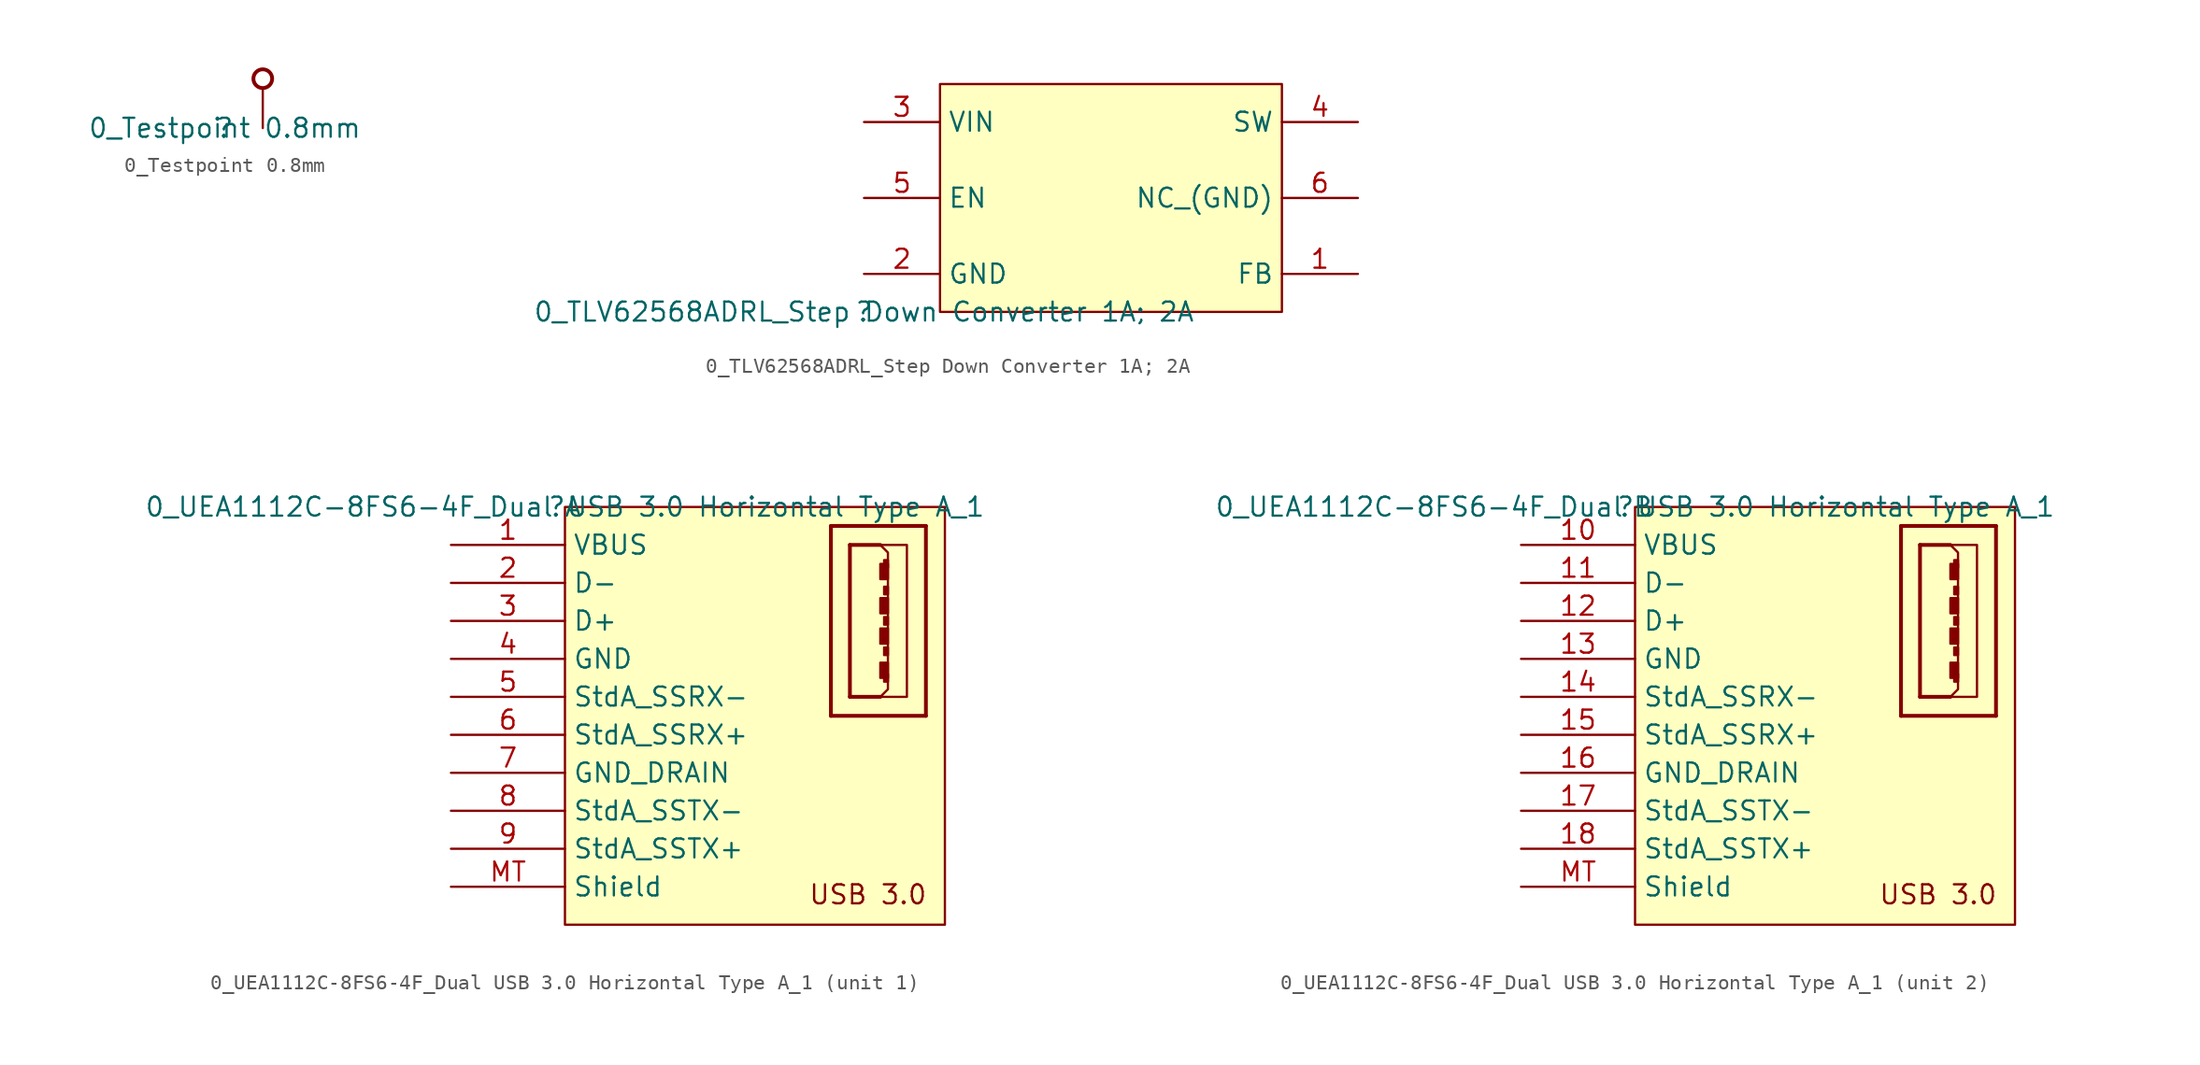
<source format=kicad_sym>
(kicad_symbol_lib
  (version 20211014)
  (generator kicad_symbol_editor)
  (symbol "0_Testpoint 0.8mm"
    (property "Reference" ""
      (at 0 0 0)
      (effects (font (size 1.27 1.27))))
    (property "Value" "0_Testpoint 0.8mm"
      (at 0 0 0)
      (effects (font (size 1.27 1.27))))
    (symbol "0_Testpoint 0.8mm_1_0"
      (circle (center 2.54 3.302) (radius 0.627) (stroke (width 0.254) (type default) (color 0 0 0 0)) (fill (type none)))
      (pin passive line (at 2.54 0 90) (length 2.54) (name "GND" (effects (font (size 0 0)))) (number "1" (effects (font (size 0 0)))))))
  (symbol "0_TLV62568ADRL_Step Down Converter 1A; 2A"
    (property "Reference" ""
      (at 0 0 0)
      (effects (font (size 1.27 1.27))))
    (property "Value" "0_TLV62568ADRL_Step Down Converter 1A; 2A"
      (at 0 0 0)
      (effects (font (size 1.27 1.27))))
    (symbol "0_TLV62568ADRL_Step Down Converter 1A; 2A_1_0"
      (rectangle (start 27.94 15.24) (end 5.08 0) (stroke (width 0) (type default) (color 0 0 0 0)) (fill (type background)))
      (pin passive line (at 33.02 2.54 180) (length 5.08) (name "FB" (effects (font (size 1.27 1.27)))) (number "1" (effects (font (size 1.27 1.27)))))
      (pin passive line (at 0 2.54 0) (length 5.08) (name "GND" (effects (font (size 1.27 1.27)))) (number "2" (effects (font (size 1.27 1.27)))))
      (pin passive line (at 0 12.7 0) (length 5.08) (name "VIN" (effects (font (size 1.27 1.27)))) (number "3" (effects (font (size 1.27 1.27)))))
      (pin passive line (at 33.02 12.7 180) (length 5.08) (name "SW" (effects (font (size 1.27 1.27)))) (number "4" (effects (font (size 1.27 1.27)))))
      (pin passive line (at 0 7.62 0) (length 5.08) (name "EN" (effects (font (size 1.27 1.27)))) (number "5" (effects (font (size 1.27 1.27)))))
      (pin passive line (at 33.02 7.62 180) (length 5.08) (name "NC_(GND)" (effects (font (size 1.27 1.27)))) (number "6" (effects (font (size 1.27 1.27)))))))
  (symbol "0_UEA1112C-8FS6-4F_Dual USB 3.0 Horizontal Type A_1"
    (property "Reference" ""
      (at 0 0 0)
      (effects (font (size 1.27 1.27))))
    (property "Value" "0_UEA1112C-8FS6-4F_Dual USB 3.0 Horizontal Type A_1"
      (at 0 0 0)
      (effects (font (size 1.27 1.27))))
    (symbol "0_UEA1112C-8FS6-4F_Dual USB 3.0 Horizontal Type A_1_1_0"
      (polyline (pts (xy 17.78 -13.97) (xy 24.13 -13.97)) (stroke (width 0.254) (type default) (color 0 0 0 0)) (fill (type none)))
      (polyline (pts (xy 17.78 -1.27) (xy 17.78 -13.97)) (stroke (width 0.254) (type default) (color 0 0 0 0)) (fill (type none)))
      (polyline (pts (xy 17.78 -1.27) (xy 24.13 -1.27)) (stroke (width 0.254) (type default) (color 0 0 0 0)) (fill (type none)))
      (polyline (pts (xy 19.05 -12.7) (xy 21.082 -12.7)) (stroke (width 0.254) (type default) (color 0 0 0 0)) (fill (type none)))
      (polyline (pts (xy 19.05 -2.54) (xy 19.05 -12.7)) (stroke (width 0.254) (type default) (color 0 0 0 0)) (fill (type none)))
      (polyline (pts (xy 19.05 -2.54) (xy 21.082 -2.54)) (stroke (width 0.254) (type default) (color 0 0 0 0)) (fill (type none)))
      (polyline (pts (xy 24.13 -13.97) (xy 24.13 -1.27)) (stroke (width 0.254) (type default) (color 0 0 0 0)) (fill (type none)))
      (polyline (pts (xy 21.082 -2.54) (xy 22.86 -2.54) (xy 22.86 -12.7) (xy 21.082 -12.7) (xy 21.59 -12.192) (xy 21.59 -3.048) (xy 21.082 -2.54)) (stroke (width 0) (type default) (color 0 0 0 0)) (fill (type background)))
      (rectangle (start 21.59 -11.176) (end 21.336 -11.684) (stroke (width 0) (type default) (color 0 0 0 0)) (fill (type outline)))
      (rectangle (start 21.59 -10.414) (end 21.082 -11.43) (stroke (width 0) (type default) (color 0 0 0 0)) (fill (type outline)))
      (rectangle (start 21.59 -9.398) (end 21.336 -9.906) (stroke (width 0) (type default) (color 0 0 0 0)) (fill (type outline)))
      (rectangle (start 21.59 -8.128) (end 21.082 -9.144) (stroke (width 0) (type default) (color 0 0 0 0)) (fill (type outline)))
      (rectangle (start 21.59 -7.366) (end 21.336 -7.874) (stroke (width 0) (type default) (color 0 0 0 0)) (fill (type outline)))
      (rectangle (start 21.59 -6.096) (end 21.082 -7.112) (stroke (width 0) (type default) (color 0 0 0 0)) (fill (type outline)))
      (rectangle (start 21.59 -5.334) (end 21.336 -5.842) (stroke (width 0) (type default) (color 0 0 0 0)) (fill (type outline)))
      (rectangle (start 21.59 -3.81) (end 21.082 -4.826) (stroke (width 0) (type default) (color 0 0 0 0)) (fill (type outline)))
      (rectangle (start 21.59 -3.556) (end 21.336 -4.064) (stroke (width 0) (type default) (color 0 0 0 0)) (fill (type outline)))
      (rectangle (start 25.4 0) (end 0 -27.94) (stroke (width 0) (type default) (color 0 0 0 0)) (fill (type background)))
      (text "USB 3.0" (at 16.256 -26.67 0) (effects (font (size 1.27 1.27)) (justify left bottom)))
      (pin passive line (at -7.62 -2.54 0) (length 7.62) (name "VBUS" (effects (font (size 1.27 1.27)))) (number "1" (effects (font (size 1.27 1.27)))))
      (pin passive line (at -7.62 -5.08 0) (length 7.62) (name "D-" (effects (font (size 1.27 1.27)))) (number "2" (effects (font (size 1.27 1.27)))))
      (pin passive line (at -7.62 -7.62 0) (length 7.62) (name "D+" (effects (font (size 1.27 1.27)))) (number "3" (effects (font (size 1.27 1.27)))))
      (pin passive line (at -7.62 -10.16 0) (length 7.62) (name "GND" (effects (font (size 1.27 1.27)))) (number "4" (effects (font (size 1.27 1.27)))))
      (pin passive line (at -7.62 -12.7 0) (length 7.62) (name "StdA_SSRX-" (effects (font (size 1.27 1.27)))) (number "5" (effects (font (size 1.27 1.27)))))
      (pin passive line (at -7.62 -15.24 0) (length 7.62) (name "StdA_SSRX+" (effects (font (size 1.27 1.27)))) (number "6" (effects (font (size 1.27 1.27)))))
      (pin passive line (at -7.62 -17.78 0) (length 7.62) (name "GND_DRAIN" (effects (font (size 1.27 1.27)))) (number "7" (effects (font (size 1.27 1.27)))))
      (pin passive line (at -7.62 -20.32 0) (length 7.62) (name "StdA_SSTX-" (effects (font (size 1.27 1.27)))) (number "8" (effects (font (size 1.27 1.27)))))
      (pin passive line (at -7.62 -22.86 0) (length 7.62) (name "StdA_SSTX+" (effects (font (size 1.27 1.27)))) (number "9" (effects (font (size 1.27 1.27)))))
      (pin passive line (at -7.62 -25.4 0) (length 7.62) (name "Shield" (effects (font (size 1.27 1.27)))) (number "MT" (effects (font (size 1.27 1.27))))))
    (symbol "0_UEA1112C-8FS6-4F_Dual USB 3.0 Horizontal Type A_1_2_0"
      (polyline (pts (xy 17.78 -13.97) (xy 24.13 -13.97)) (stroke (width 0.254) (type default) (color 0 0 0 0)) (fill (type none)))
      (polyline (pts (xy 17.78 -1.27) (xy 17.78 -13.97)) (stroke (width 0.254) (type default) (color 0 0 0 0)) (fill (type none)))
      (polyline (pts (xy 17.78 -1.27) (xy 24.13 -1.27)) (stroke (width 0.254) (type default) (color 0 0 0 0)) (fill (type none)))
      (polyline (pts (xy 19.05 -12.7) (xy 21.082 -12.7)) (stroke (width 0.254) (type default) (color 0 0 0 0)) (fill (type none)))
      (polyline (pts (xy 19.05 -2.54) (xy 19.05 -12.7)) (stroke (width 0.254) (type default) (color 0 0 0 0)) (fill (type none)))
      (polyline (pts (xy 19.05 -2.54) (xy 21.082 -2.54)) (stroke (width 0.254) (type default) (color 0 0 0 0)) (fill (type none)))
      (polyline (pts (xy 24.13 -13.97) (xy 24.13 -1.27)) (stroke (width 0.254) (type default) (color 0 0 0 0)) (fill (type none)))
      (polyline (pts (xy 21.082 -2.54) (xy 22.86 -2.54) (xy 22.86 -12.7) (xy 21.082 -12.7) (xy 21.59 -12.192) (xy 21.59 -3.048) (xy 21.082 -2.54)) (stroke (width 0) (type default) (color 0 0 0 0)) (fill (type background)))
      (rectangle (start 21.59 -11.176) (end 21.336 -11.684) (stroke (width 0) (type default) (color 0 0 0 0)) (fill (type outline)))
      (rectangle (start 21.59 -10.414) (end 21.082 -11.43) (stroke (width 0) (type default) (color 0 0 0 0)) (fill (type outline)))
      (rectangle (start 21.59 -9.398) (end 21.336 -9.906) (stroke (width 0) (type default) (color 0 0 0 0)) (fill (type outline)))
      (rectangle (start 21.59 -8.128) (end 21.082 -9.144) (stroke (width 0) (type default) (color 0 0 0 0)) (fill (type outline)))
      (rectangle (start 21.59 -7.366) (end 21.336 -7.874) (stroke (width 0) (type default) (color 0 0 0 0)) (fill (type outline)))
      (rectangle (start 21.59 -6.096) (end 21.082 -7.112) (stroke (width 0) (type default) (color 0 0 0 0)) (fill (type outline)))
      (rectangle (start 21.59 -5.334) (end 21.336 -5.842) (stroke (width 0) (type default) (color 0 0 0 0)) (fill (type outline)))
      (rectangle (start 21.59 -3.81) (end 21.082 -4.826) (stroke (width 0) (type default) (color 0 0 0 0)) (fill (type outline)))
      (rectangle (start 21.59 -3.556) (end 21.336 -4.064) (stroke (width 0) (type default) (color 0 0 0 0)) (fill (type outline)))
      (rectangle (start 25.4 0) (end 0 -27.94) (stroke (width 0) (type default) (color 0 0 0 0)) (fill (type background)))
      (text "USB 3.0" (at 16.256 -26.67 0) (effects (font (size 1.27 1.27)) (justify left bottom)))
      (pin passive line (at -7.62 -2.54 0) (length 7.62) (name "VBUS" (effects (font (size 1.27 1.27)))) (number "10" (effects (font (size 1.27 1.27)))))
      (pin passive line (at -7.62 -5.08 0) (length 7.62) (name "D-" (effects (font (size 1.27 1.27)))) (number "11" (effects (font (size 1.27 1.27)))))
      (pin passive line (at -7.62 -7.62 0) (length 7.62) (name "D+" (effects (font (size 1.27 1.27)))) (number "12" (effects (font (size 1.27 1.27)))))
      (pin passive line (at -7.62 -10.16 0) (length 7.62) (name "GND" (effects (font (size 1.27 1.27)))) (number "13" (effects (font (size 1.27 1.27)))))
      (pin passive line (at -7.62 -12.7 0) (length 7.62) (name "StdA_SSRX-" (effects (font (size 1.27 1.27)))) (number "14" (effects (font (size 1.27 1.27)))))
      (pin passive line (at -7.62 -15.24 0) (length 7.62) (name "StdA_SSRX+" (effects (font (size 1.27 1.27)))) (number "15" (effects (font (size 1.27 1.27)))))
      (pin passive line (at -7.62 -17.78 0) (length 7.62) (name "GND_DRAIN" (effects (font (size 1.27 1.27)))) (number "16" (effects (font (size 1.27 1.27)))))
      (pin passive line (at -7.62 -20.32 0) (length 7.62) (name "StdA_SSTX-" (effects (font (size 1.27 1.27)))) (number "17" (effects (font (size 1.27 1.27)))))
      (pin passive line (at -7.62 -22.86 0) (length 7.62) (name "StdA_SSTX+" (effects (font (size 1.27 1.27)))) (number "18" (effects (font (size 1.27 1.27)))))
      (pin passive line (at -7.62 -25.4 0) (length 7.62) (name "Shield" (effects (font (size 1.27 1.27)))) (number "MT" (effects (font (size 1.27 1.27))))))))
</source>
